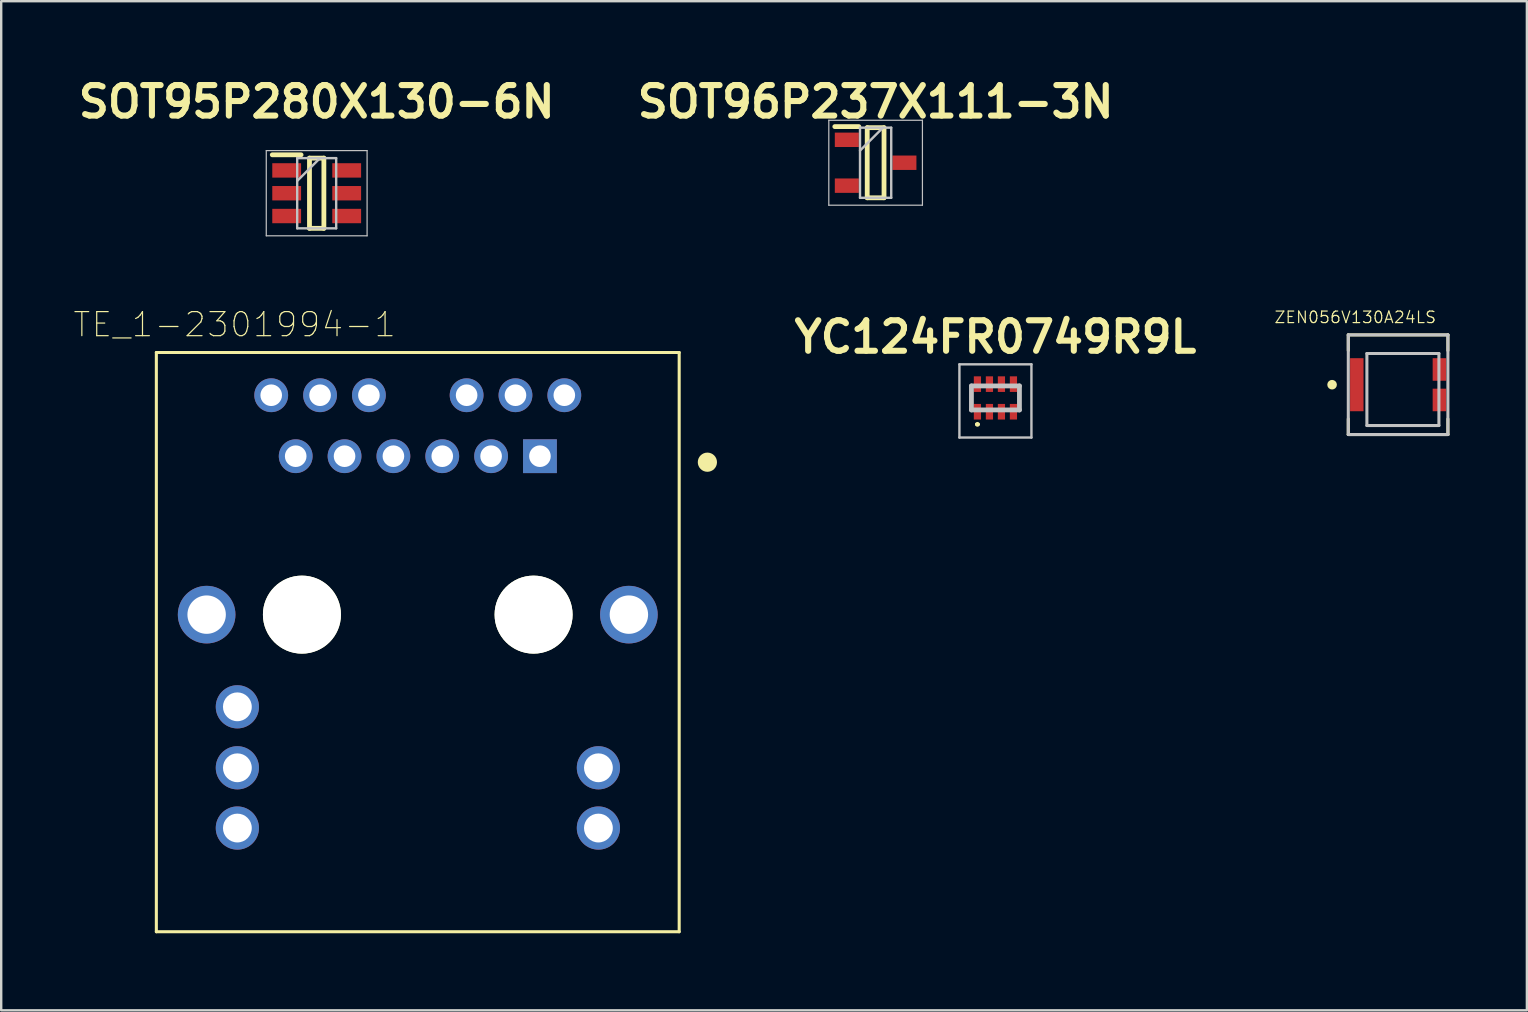
<source format=kicad_pcb>
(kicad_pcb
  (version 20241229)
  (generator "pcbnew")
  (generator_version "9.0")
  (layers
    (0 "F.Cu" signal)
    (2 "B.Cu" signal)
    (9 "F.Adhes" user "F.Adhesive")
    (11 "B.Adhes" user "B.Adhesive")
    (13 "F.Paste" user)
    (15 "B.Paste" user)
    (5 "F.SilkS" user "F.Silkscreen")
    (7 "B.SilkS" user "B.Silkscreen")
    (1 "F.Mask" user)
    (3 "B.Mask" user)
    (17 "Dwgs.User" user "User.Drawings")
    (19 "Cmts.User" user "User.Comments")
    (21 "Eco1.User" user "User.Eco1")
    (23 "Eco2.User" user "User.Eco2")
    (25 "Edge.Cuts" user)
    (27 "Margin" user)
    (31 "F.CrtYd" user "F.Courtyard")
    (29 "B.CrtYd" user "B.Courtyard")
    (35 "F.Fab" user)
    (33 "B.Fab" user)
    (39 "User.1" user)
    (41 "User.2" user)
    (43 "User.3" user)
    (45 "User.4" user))
  (footprint "SOT95P280X130-6N"
    (layer "F.Cu")
    (at 10.142 4.999)
    (property "Reference" "SOT95P280X130-6N" (at 0 -3.81 0) (layer "F.SilkS") (effects (font (size 1.27 1.27) (thickness 0.254))))
    (attr smd)
    (fp_line (start -1.85 -1.6) (end -0.65 -1.6) (stroke (width 0.2) (type solid)) (layer "F.SilkS"))
    (fp_line (start -0.3 -1.462) (end 0.3 -1.462) (stroke (width 0.2) (type solid)) (layer "F.SilkS"))
    (fp_line (start -0.3 1.462) (end -0.3 -1.462) (stroke (width 0.2) (type solid)) (layer "F.SilkS"))
    (fp_line (start 0.3 -1.462) (end 0.3 1.462) (stroke (width 0.2) (type solid)) (layer "F.SilkS"))
    (fp_line (start 0.3 1.462) (end -0.3 1.462) (stroke (width 0.2) (type solid)) (layer "F.SilkS"))
    (fp_line (start -2.1 -1.775) (end 2.1 -1.775) (stroke (width 0.05) (type solid)) (layer "Dwgs.User"))
    (fp_line (start -2.1 1.775) (end -2.1 -1.775) (stroke (width 0.05) (type solid)) (layer "Dwgs.User"))
    (fp_line (start -0.812 -1.462) (end 0.812 -1.462) (stroke (width 0.1) (type solid)) (layer "Dwgs.User"))
    (fp_line (start -0.812 -0.512) (end 0.138 -1.462) (stroke (width 0.1) (type solid)) (layer "Dwgs.User"))
    (fp_line (start -0.812 1.462) (end -0.812 -1.462) (stroke (width 0.1) (type solid)) (layer "Dwgs.User"))
    (fp_line (start 0.812 -1.462) (end 0.812 1.462) (stroke (width 0.1) (type solid)) (layer "Dwgs.User"))
    (fp_line (start 0.812 1.462) (end -0.812 1.462) (stroke (width 0.1) (type solid)) (layer "Dwgs.User"))
    (fp_line (start 2.1 -1.775) (end 2.1 1.775) (stroke (width 0.05) (type solid)) (layer "Dwgs.User"))
    (fp_line (start 2.1 1.775) (end -2.1 1.775) (stroke (width 0.05) (type solid)) (layer "Dwgs.User"))
    (pad "1" smd rect (at -1.25 -0.95 90) (size 0.6 1.2) (layers "F.Cu" "F.Mask" "F.Paste"))
    (pad "2" smd rect (at -1.25 0 90) (size 0.6 1.2) (layers "F.Cu" "F.Mask" "F.Paste"))
    (pad "3" smd rect (at -1.25 0.95 90) (size 0.6 1.2) (layers "F.Cu" "F.Mask" "F.Paste"))
    (pad "4" smd rect (at 1.25 0.95 90) (size 0.6 1.2) (layers "F.Cu" "F.Mask" "F.Paste"))
    (pad "5" smd rect (at 1.25 0 90) (size 0.6 1.2) (layers "F.Cu" "F.Mask" "F.Paste"))
    (pad "6" smd rect (at 1.25 -0.95 90) (size 0.6 1.2) (layers "F.Cu" "F.Mask" "F.Paste")))
  (footprint "ZEN056V130A24LS"
    (layer "F.Cu")
    (at 55.191 12.976)
    (property "Reference" "ZEN056V130A24LS" (at -1.783 -2.808 0) (layer "F.SilkS") (effects (font (size 0.481 0.481) (thickness 0.05))))
    (attr smd)
    (fp_line (start -2.075 -2.075) (end 2.075 -2.075) (stroke (width 0.127) (type solid)) (layer "F.SilkS"))
    (fp_line (start -2.075 -1.425) (end -2.075 -2.075) (stroke (width 0.127) (type solid)) (layer "F.SilkS"))
    (fp_line (start -2.075 2.075) (end -2.075 1.425) (stroke (width 0.127) (type solid)) (layer "F.SilkS"))
    (fp_line (start 2.075 -2.075) (end 2.075 -1.425) (stroke (width 0.127) (type solid)) (layer "F.SilkS"))
    (fp_line (start 2.075 1.425) (end 2.075 2.075) (stroke (width 0.127) (type solid)) (layer "F.SilkS"))
    (fp_line (start 2.075 2.075) (end -2.075 2.075) (stroke (width 0.127) (type solid)) (layer "F.SilkS"))
    (fp_circle (center -2.75 0) (end -2.65 0) (stroke (width 0.2) (type solid)) (fill no) (layer "F.SilkS"))
    (fp_line (start -2.075 -2.075) (end 2.075 -2.075) (stroke (width 0.127) (type solid)) (layer "Dwgs.User"))
    (fp_line (start -2.075 2.075) (end -2.075 -2.075) (stroke (width 0.127) (type solid)) (layer "Dwgs.User"))
    (fp_line (start -1.3 -1.3) (end -1.3 1.7) (stroke (width 0.127) (type solid)) (layer "Dwgs.User"))
    (fp_line (start -1.3 1.7) (end 1.7 1.7) (stroke (width 0.127) (type solid)) (layer "Dwgs.User"))
    (fp_line (start 1.7 -1.3) (end -1.3 -1.3) (stroke (width 0.127) (type solid)) (layer "Dwgs.User"))
    (fp_line (start 1.7 1.7) (end 1.7 -1.3) (stroke (width 0.127) (type solid)) (layer "Dwgs.User"))
    (fp_line (start 2.075 -2.075) (end 2.075 2.075) (stroke (width 0.127) (type solid)) (layer "Dwgs.User"))
    (fp_line (start 2.075 2.075) (end -2.075 2.075) (stroke (width 0.127) (type solid)) (layer "Dwgs.User"))
    (fp_line (start -2.34 -2.25) (end 2.34 -2.25) (stroke (width 0.05) (type solid)) (layer "Eco1.User"))
    (fp_line (start -2.34 2.25) (end -2.34 -2.25) (stroke (width 0.05) (type solid)) (layer "Eco1.User"))
    (fp_line (start 2.34 -2.25) (end 2.34 2.25) (stroke (width 0.05) (type solid)) (layer "Eco1.User"))
    (fp_line (start 2.34 2.25) (end -2.34 2.25) (stroke (width 0.05) (type solid)) (layer "Eco1.User"))
    (pad "1" smd rect (at -1.72 0) (size 0.56 2.21) (layers "F.Cu" "F.Mask" "F.Paste"))
    (pad "2" smd rect (at 1.72 -0.635) (size 0.56 0.94) (layers "F.Cu" "F.Mask" "F.Paste"))
    (pad "3" smd rect (at 1.72 0.635) (size 0.56 0.94) (layers "F.Cu" "F.Mask" "F.Paste")))
  (footprint "YC124FR0749R9L"
    (layer "F.Cu")
    (at 38.417 13.527)
    (property "Reference" "YC124FR0749R9L" (at 0 -2.54 0) (layer "F.SilkS") (effects (font (size 1.27 1.27) (thickness 0.254))))
    (attr smd)
    (fp_line (start -1 -0.1) (end -1 0.1) (stroke (width 0.1) (type solid)) (layer "F.SilkS"))
    (fp_line (start -0.8 1.1) (end -0.8 1.1) (stroke (width 0.1) (type solid)) (layer "F.SilkS"))
    (fp_line (start -0.7 1.1) (end -0.7 1.1) (stroke (width 0.1) (type solid)) (layer "F.SilkS"))
    (fp_line (start 1 -0.1) (end 1 0.1) (stroke (width 0.1) (type solid)) (layer "F.SilkS"))
    (fp_arc (start -0.8 1.1) (mid -0.75 1.05) (end -0.7 1.1) (stroke (width 0.1) (type solid)) (layer "F.SilkS"))
    (fp_arc (start -0.7 1.1) (mid -0.75 1.15) (end -0.8 1.1) (stroke (width 0.1) (type solid)) (layer "F.SilkS"))
    (fp_line (start -1.5 -1.4) (end 1.5 -1.4) (stroke (width 0.1) (type solid)) (layer "Dwgs.User"))
    (fp_line (start -1.5 1.65) (end -1.5 -1.4) (stroke (width 0.1) (type solid)) (layer "Dwgs.User"))
    (fp_line (start -1 -0.5) (end 1 -0.5) (stroke (width 0.2) (type solid)) (layer "Dwgs.User"))
    (fp_line (start -1 0.5) (end -1 -0.5) (stroke (width 0.2) (type solid)) (layer "Dwgs.User"))
    (fp_line (start 1 -0.5) (end 1 0.5) (stroke (width 0.2) (type solid)) (layer "Dwgs.User"))
    (fp_line (start 1 0.5) (end -1 0.5) (stroke (width 0.2) (type solid)) (layer "Dwgs.User"))
    (fp_line (start 1.5 -1.4) (end 1.5 1.65) (stroke (width 0.1) (type solid)) (layer "Dwgs.User"))
    (fp_line (start 1.5 1.65) (end -1.5 1.65) (stroke (width 0.1) (type solid)) (layer "Dwgs.User"))
    (pad "1" smd rect (at -0.75 0.575) (size 0.3 0.65) (layers "F.Cu" "F.Mask" "F.Paste"))
    (pad "2" smd rect (at -0.25 0.575) (size 0.3 0.65) (layers "F.Cu" "F.Mask" "F.Paste"))
    (pad "3" smd rect (at 0.25 0.575) (size 0.3 0.65) (layers "F.Cu" "F.Mask" "F.Paste"))
    (pad "4" smd rect (at 0.75 0.575) (size 0.3 0.65) (layers "F.Cu" "F.Mask" "F.Paste"))
    (pad "5" smd rect (at 0.75 -0.575) (size 0.3 0.65) (layers "F.Cu" "F.Mask" "F.Paste"))
    (pad "6" smd rect (at 0.25 -0.575) (size 0.3 0.65) (layers "F.Cu" "F.Mask" "F.Paste"))
    (pad "7" smd rect (at -0.25 -0.575) (size 0.3 0.65) (layers "F.Cu" "F.Mask" "F.Paste"))
    (pad "8" smd rect (at -0.75 -0.575) (size 0.3 0.65) (layers "F.Cu" "F.Mask" "F.Paste")))
  (footprint "TE_1-2301994-1"
    (layer "F.Cu")
    (at 14.353 22.554)
    (property "Reference" "TE_1-2301994-1" (at -7.63 -12.082 0) (layer "F.SilkS") (effects (font (size 1.001 1.001) (thickness 0.05))))
    (attr through_hole)
    (fp_line (start -10.89 -10.92) (end 10.89 -10.92) (stroke (width 0.127) (type solid)) (layer "F.SilkS"))
    (fp_line (start -10.89 13.21) (end -10.89 -10.92) (stroke (width 0.127) (type solid)) (layer "F.SilkS"))
    (fp_line (start 10.89 -10.92) (end 10.89 13.21) (stroke (width 0.127) (type solid)) (layer "F.SilkS"))
    (fp_line (start 10.89 13.21) (end -10.89 13.21) (stroke (width 0.127) (type solid)) (layer "F.SilkS"))
    (fp_circle (center 12.065 -6.35) (end 12.265 -6.35) (stroke (width 0.4) (type solid)) (fill no) (layer "F.SilkS"))
    (fp_line (start -11.14 -11.17) (end 11.14 -11.17) (stroke (width 0.05) (type solid)) (layer "Eco1.User"))
    (fp_line (start -11.14 13.46) (end -11.14 -11.17) (stroke (width 0.05) (type solid)) (layer "Eco1.User"))
    (fp_line (start 11.14 -11.17) (end 11.14 13.46) (stroke (width 0.05) (type solid)) (layer "Eco1.User"))
    (fp_line (start 11.14 13.46) (end -11.14 13.46) (stroke (width 0.05) (type solid)) (layer "Eco1.User"))
    (fp_line (start -10.89 -10.92) (end 10.89 -10.92) (stroke (width 0.127) (type solid)) (layer "Eco2.User"))
    (fp_line (start -10.89 13.21) (end -10.89 -10.92) (stroke (width 0.127) (type solid)) (layer "Eco2.User"))
    (fp_line (start 10.89 -10.92) (end 10.89 13.21) (stroke (width 0.127) (type solid)) (layer "Eco2.User"))
    (fp_line (start 10.89 13.21) (end -10.89 13.21) (stroke (width 0.127) (type solid)) (layer "Eco2.User"))
    (fp_circle (center 7.62 -6.35) (end 7.82 -6.35) (stroke (width 0.4) (type solid)) (fill no) (layer "Eco2.User"))
    (pad "" np_thru_hole circle (at -4.825 0) (size 3.25 3.25) (drill 3.25) (layers "*.Cu" "*.Mask" "F.SilkS"))
    (pad "" np_thru_hole circle (at 4.825 0) (size 3.25 3.25) (drill 3.25) (layers "*.Cu" "*.Mask" "F.SilkS"))
    (pad "P1" thru_hole rect (at 5.09 -6.6) (size 1.408 1.408) (drill 0.9) (layers "*.Cu" "*.Mask"))
    (pad "P2" thru_hole circle (at 3.055 -6.6) (size 1.408 1.408) (drill 0.9) (layers "*.Cu" "*.Mask"))
    (pad "P3" thru_hole circle (at 1.02 -6.6) (size 1.408 1.408) (drill 0.9) (layers "*.Cu" "*.Mask"))
    (pad "P4" thru_hole circle (at -1.015 -6.6) (size 1.408 1.408) (drill 0.9) (layers "*.Cu" "*.Mask"))
    (pad "P5" thru_hole circle (at -3.05 -6.6) (size 1.408 1.408) (drill 0.9) (layers "*.Cu" "*.Mask"))
    (pad "P6" thru_hole circle (at -5.085 -6.6) (size 1.408 1.408) (drill 0.9) (layers "*.Cu" "*.Mask"))
    (pad "P7" thru_hole circle (at 6.105 -9.14) (size 1.408 1.408) (drill 0.9) (layers "*.Cu" "*.Mask"))
    (pad "P8" thru_hole circle (at 4.07 -9.14) (size 1.408 1.408) (drill 0.9) (layers "*.Cu" "*.Mask"))
    (pad "P9" thru_hole circle (at 2.035 -9.14) (size 1.408 1.408) (drill 0.9) (layers "*.Cu" "*.Mask"))
    (pad "P10" thru_hole circle (at -2.035 -9.14) (size 1.408 1.408) (drill 0.9) (layers "*.Cu" "*.Mask"))
    (pad "P11" thru_hole circle (at -4.07 -9.14) (size 1.408 1.408) (drill 0.9) (layers "*.Cu" "*.Mask"))
    (pad "P12" thru_hole circle (at -6.105 -9.14) (size 1.408 1.408) (drill 0.9) (layers "*.Cu" "*.Mask"))
    (pad "P13" thru_hole circle (at 7.525 6.38) (size 1.8 1.8) (drill 1.2) (layers "*.Cu" "*.Mask"))
    (pad "P14" thru_hole circle (at 7.525 8.89) (size 1.8 1.8) (drill 1.2) (layers "*.Cu" "*.Mask"))
    (pad "P15" thru_hole circle (at -7.515 3.84) (size 1.8 1.8) (drill 1.2) (layers "*.Cu" "*.Mask"))
    (pad "P16" thru_hole circle (at -7.515 6.38) (size 1.8 1.8) (drill 1.2) (layers "*.Cu" "*.Mask"))
    (pad "P17" thru_hole circle (at -7.515 8.89) (size 1.8 1.8) (drill 1.2) (layers "*.Cu" "*.Mask"))
    (pad "SH1" thru_hole circle (at -8.795 0) (size 2.4 2.4) (drill 1.6) (layers "*.Cu" "*.Mask"))
    (pad "SH2" thru_hole circle (at 8.795 0) (size 2.4 2.4) (drill 1.6) (layers "*.Cu" "*.Mask")))
  (footprint "SOT96P237X111-3N"
    (layer "F.Cu")
    (at 33.426 3.729)
    (property "Reference" "SOT96P237X111-3N" (at 0 -2.54 0) (layer "F.SilkS") (effects (font (size 1.27 1.27) (thickness 0.254))))
    (attr smd)
    (fp_line (start -1.7 -1.505) (end -0.7 -1.505) (stroke (width 0.2) (type solid)) (layer "F.SilkS"))
    (fp_line (start -0.35 -1.46) (end 0.35 -1.46) (stroke (width 0.2) (type solid)) (layer "F.SilkS"))
    (fp_line (start -0.35 1.46) (end -0.35 -1.46) (stroke (width 0.2) (type solid)) (layer "F.SilkS"))
    (fp_line (start 0.35 -1.46) (end 0.35 1.46) (stroke (width 0.2) (type solid)) (layer "F.SilkS"))
    (fp_line (start 0.35 1.46) (end -0.35 1.46) (stroke (width 0.2) (type solid)) (layer "F.SilkS"))
    (fp_line (start -1.95 -1.77) (end 1.95 -1.77) (stroke (width 0.05) (type solid)) (layer "Dwgs.User"))
    (fp_line (start -1.95 1.77) (end -1.95 -1.77) (stroke (width 0.05) (type solid)) (layer "Dwgs.User"))
    (fp_line (start -0.65 -1.46) (end 0.65 -1.46) (stroke (width 0.1) (type solid)) (layer "Dwgs.User"))
    (fp_line (start -0.65 -0.505) (end 0.305 -1.46) (stroke (width 0.1) (type solid)) (layer "Dwgs.User"))
    (fp_line (start -0.65 1.46) (end -0.65 -1.46) (stroke (width 0.1) (type solid)) (layer "Dwgs.User"))
    (fp_line (start 0.65 -1.46) (end 0.65 1.46) (stroke (width 0.1) (type solid)) (layer "Dwgs.User"))
    (fp_line (start 0.65 1.46) (end -0.65 1.46) (stroke (width 0.1) (type solid)) (layer "Dwgs.User"))
    (fp_line (start 1.95 -1.77) (end 1.95 1.77) (stroke (width 0.05) (type solid)) (layer "Dwgs.User"))
    (fp_line (start 1.95 1.77) (end -1.95 1.77) (stroke (width 0.05) (type solid)) (layer "Dwgs.User"))
    (pad "1" smd rect (at -1.2 -0.955 90) (size 0.6 1) (layers "F.Cu" "F.Mask" "F.Paste"))
    (pad "2" smd rect (at -1.2 0.955 90) (size 0.6 1) (layers "F.Cu" "F.Mask" "F.Paste"))
    (pad "3" smd rect (at 1.2 0 90) (size 0.6 1) (layers "F.Cu" "F.Mask" "F.Paste")))
  (gr_rect
    (start -3 -3)
    (end 60.556 39.039)
    (stroke (width 0.1) (type default))
    (fill no)
    (layer "Edge.Cuts")))
</source>
